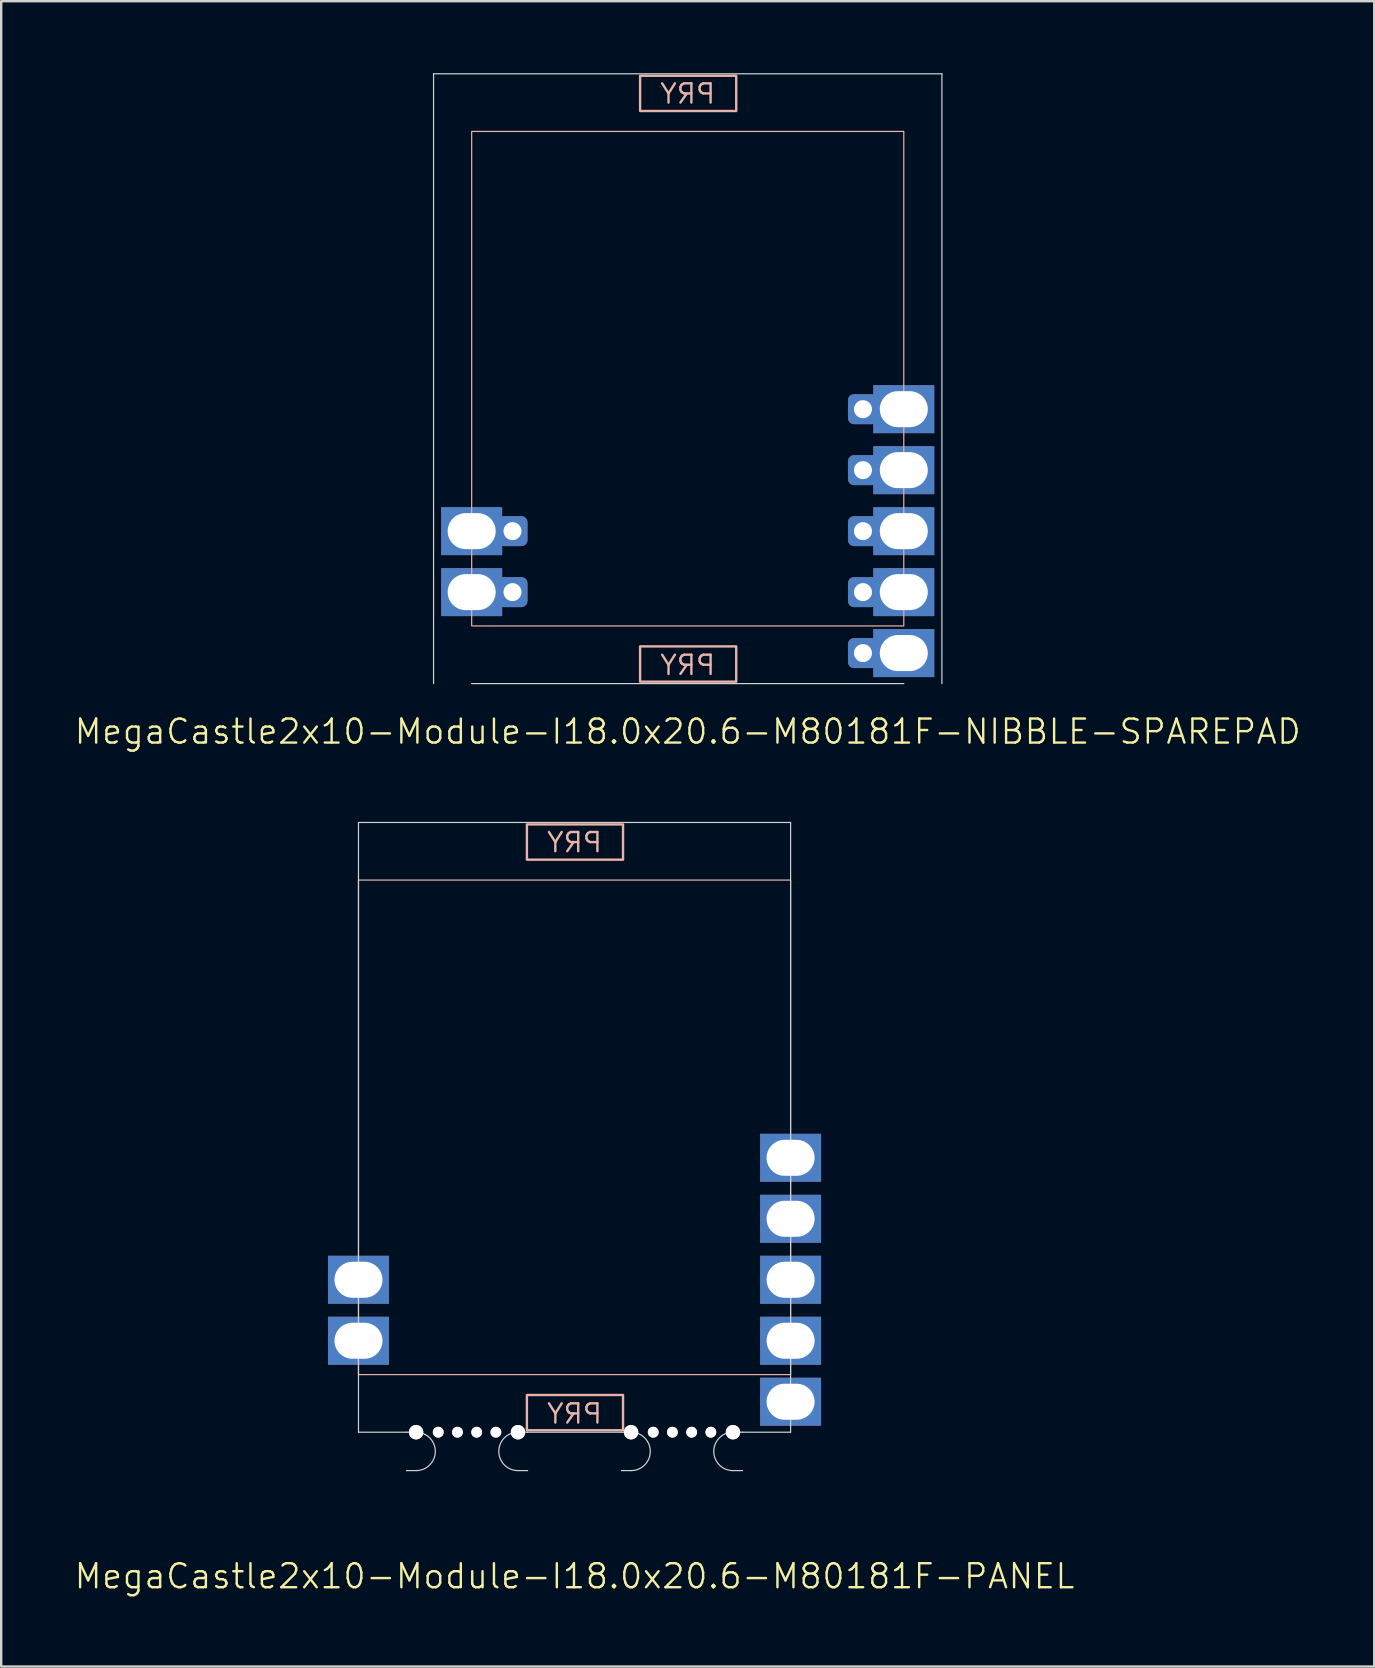
<source format=kicad_pcb>
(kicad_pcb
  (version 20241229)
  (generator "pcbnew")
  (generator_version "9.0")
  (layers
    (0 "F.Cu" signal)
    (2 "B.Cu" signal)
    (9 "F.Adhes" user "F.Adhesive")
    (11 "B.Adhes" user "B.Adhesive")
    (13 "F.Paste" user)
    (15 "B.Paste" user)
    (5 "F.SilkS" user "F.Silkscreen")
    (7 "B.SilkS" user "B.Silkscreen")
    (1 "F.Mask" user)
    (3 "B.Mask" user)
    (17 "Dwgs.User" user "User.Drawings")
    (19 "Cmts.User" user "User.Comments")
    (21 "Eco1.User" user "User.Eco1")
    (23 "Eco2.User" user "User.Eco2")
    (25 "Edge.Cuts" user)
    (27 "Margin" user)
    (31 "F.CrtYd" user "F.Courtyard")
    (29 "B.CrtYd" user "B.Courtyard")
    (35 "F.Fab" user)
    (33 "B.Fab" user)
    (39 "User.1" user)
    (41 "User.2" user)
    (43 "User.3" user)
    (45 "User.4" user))
  (footprint "MegaCastle2x10-Module-I18.0x20.6-M80181F-PANEL"
    (layer "F.Cu")
    (at 20.883 43.91)
    (property "Reference" "MegaCastle2x10-Module-I18.0x20.6-M80181F-PANEL" (at 0 18.7 0) (unlocked yes) (layer "F.SilkS") (effects (font (size 1 1) (thickness 0.1))))
    (attr smd)
    (fp_rect (start -9 10.3) (end 9 -10.3) (stroke (width 0.05) (type default)) (fill no) (layer "B.SilkS"))
    (fp_rect (start -1.984 -11.151) (end 2.02 -12.62) (stroke (width 0.1) (type default)) (fill no) (layer "B.SilkS"))
    (fp_rect (start -1.984 11.151) (end 2.02 12.62) (stroke (width 0.1) (type default)) (fill no) (layer "B.SilkS"))
    (fp_line (start -9 -12.7) (end -9 12.7) (stroke (width 0.05) (type default)) (layer "Edge.Cuts"))
    (fp_line (start -9 -12.7) (end 9 -12.7) (stroke (width 0.05) (type default)) (layer "Edge.Cuts"))
    (fp_line (start -9 12.7) (end -7 12.7) (stroke (width 0.05) (type default)) (layer "Edge.Cuts"))
    (fp_line (start -7 12.7) (end -6.6 12.7) (stroke (width 0.05) (type default)) (layer "Edge.Cuts"))
    (fp_line (start -7 14.3) (end -6.6 14.3) (stroke (width 0.05) (type default)) (layer "Edge.Cuts"))
    (fp_line (start -1.955 12.7) (end -2.355 12.7) (stroke (width 0.05) (type default)) (layer "Edge.Cuts"))
    (fp_line (start -1.955 12.7) (end 1.955 12.7) (stroke (width 0.05) (type default)) (layer "Edge.Cuts"))
    (fp_line (start -1.955 14.3) (end -2.355 14.3) (stroke (width 0.05) (type default)) (layer "Edge.Cuts"))
    (fp_line (start 1.955 12.7) (end 2.355 12.7) (stroke (width 0.05) (type default)) (layer "Edge.Cuts"))
    (fp_line (start 1.955 14.3) (end 2.355 14.3) (stroke (width 0.05) (type default)) (layer "Edge.Cuts"))
    (fp_line (start 7 12.7) (end 6.6 12.7) (stroke (width 0.05) (type default)) (layer "Edge.Cuts"))
    (fp_line (start 7 12.7) (end 9 12.7) (stroke (width 0.05) (type default)) (layer "Edge.Cuts"))
    (fp_line (start 7 14.3) (end 6.6 14.3) (stroke (width 0.05) (type default)) (layer "Edge.Cuts"))
    (fp_line (start 9 -12.7) (end 9 12.7) (stroke (width 0.05) (type default)) (layer "Edge.Cuts"))
    (fp_arc (start -6.6 12.7) (mid -5.8 13.5) (end -6.6 14.3) (stroke (width 0.05) (type default)) (layer "Edge.Cuts"))
    (fp_arc (start -2.355 14.3) (mid -3.155 13.5) (end -2.355 12.7) (stroke (width 0.05) (type default)) (layer "Edge.Cuts"))
    (fp_arc (start 2.355 12.7) (mid 3.155 13.5) (end 2.355 14.3) (stroke (width 0.05) (type default)) (layer "Edge.Cuts"))
    (fp_arc (start 6.6 14.3) (mid 5.8 13.5) (end 6.6 12.7) (stroke (width 0.05) (type default)) (layer "Edge.Cuts"))
    (fp_text user "PRY" (at 0 12.4 0) (unlocked yes) (layer "B.SilkS") (effects (font (size 0.8 0.8) (thickness 0.1)) (justify bottom mirror)))
    (fp_text user "PRY" (at 0 -11.4 0) (unlocked yes) (layer "B.SilkS") (effects (font (size 0.8 0.8) (thickness 0.1)) (justify bottom mirror)))
    (pad "" np_thru_hole circle (at -6.6 12.7) (size 0.6 0.6) (drill 0.6) (layers "*.Cu" "Edge.Cuts"))
    (pad "" np_thru_hole circle (at -5.678 12.7) (size 0.45 0.45) (drill 0.45) (layers "*.Cu" "Edge.Cuts"))
    (pad "" np_thru_hole circle (at -4.878 12.7) (size 0.45 0.45) (drill 0.45) (layers "*.Cu" "Edge.Cuts"))
    (pad "" np_thru_hole circle (at -4.077 12.7) (size 0.45 0.45) (drill 0.45) (layers "*.Cu" "Edge.Cuts"))
    (pad "" np_thru_hole circle (at -3.277 12.7) (size 0.45 0.45) (drill 0.45) (layers "*.Cu" "Edge.Cuts"))
    (pad "" np_thru_hole circle (at -2.355 12.7) (size 0.6 0.6) (drill 0.6) (layers "*.Cu" "Edge.Cuts"))
    (pad "" np_thru_hole circle (at 2.355 12.7) (size 0.6 0.6) (drill 0.6) (layers "*.Cu" "Edge.Cuts"))
    (pad "" np_thru_hole circle (at 3.277 12.7) (size 0.45 0.45) (drill 0.45) (layers "*.Cu" "Edge.Cuts"))
    (pad "" np_thru_hole circle (at 4.077 12.7) (size 0.45 0.45) (drill 0.45) (layers "*.Cu" "Edge.Cuts"))
    (pad "" np_thru_hole circle (at 4.878 12.7) (size 0.45 0.45) (drill 0.45) (layers "*.Cu" "Edge.Cuts"))
    (pad "" np_thru_hole circle (at 5.678 12.7) (size 0.45 0.45) (drill 0.45) (layers "*.Cu" "Edge.Cuts"))
    (pad "" np_thru_hole circle (at 6.6 12.7) (size 0.6 0.6) (drill 0.6) (layers "*.Cu" "Edge.Cuts"))
    (pad "8" thru_hole rect (at -9 6.35) (size 2.54 2) (drill oval 2 1.5) (property pad_prop_castellated) (layers "*.Cu" "*.Mask"))
    (pad "9" thru_hole rect (at -9 8.89) (size 2.54 2) (drill oval 2 1.5) (property pad_prop_castellated) (layers "*.Cu" "*.Mask"))
    (pad "16" thru_hole rect (at 9 1.27) (size 2.54 2) (drill oval 2 1.5) (property pad_prop_castellated) (layers "*.Cu" "*.Mask"))
    (pad "17" thru_hole rect (at 9 3.81) (size 2.54 2) (drill oval 2 1.5) (property pad_prop_castellated) (layers "*.Cu" "*.Mask"))
    (pad "18" thru_hole rect (at 9 6.35) (size 2.54 2) (drill oval 2 1.5) (property pad_prop_castellated) (layers "*.Cu" "*.Mask"))
    (pad "19" thru_hole rect (at 9 8.89) (size 2.54 2) (drill oval 2 1.5) (property pad_prop_castellated) (layers "*.Cu" "*.Mask"))
    (pad "20" thru_hole rect (at 9 11.43) (size 2.54 2) (drill oval 2 1.5) (property pad_prop_castellated) (layers "*.Cu" "*.Mask"))
    (zone (net_name "") (layer "B.Cu") (hatch edge 0.5) (connect_pads) (min_thickness 0.25) (filled_areas_thickness no) (keepout (tracks allowed) (vias allowed) (pads allowed) (copperpour allowed) (footprints not_allowed)) (placement (enabled no)) (fill) (polygon (pts (xy 11.883 56.611) (xy 11.883 31.21))))
    (zone (net_name "") (layer "B.Cu") (hatch edge 0.5) (connect_pads) (min_thickness 0.25) (filled_areas_thickness no) (keepout (tracks allowed) (vias allowed) (pads allowed) (copperpour allowed) (footprints not_allowed)) (placement (enabled no)) (fill) (polygon (pts (xy 29.883 56.611) (xy 29.883 31.21))))
    (zone (net_name "") (layer "B.Cu") (hatch edge 0.5) (connect_pads) (min_thickness 0.25) (filled_areas_thickness no) (keepout (tracks allowed) (vias allowed) (pads allowed) (copperpour allowed) (footprints not_allowed)) (placement (enabled no)) (fill) (polygon (pts (xy 11.883 31.21) (xy 11.883 33.611) (xy 29.883 33.611) (xy 29.883 31.21))))
    (zone (net_name "") (layer "B.Cu") (hatch edge 0.5) (connect_pads) (min_thickness 0.25) (filled_areas_thickness no) (keepout (tracks allowed) (vias allowed) (pads allowed) (copperpour allowed) (footprints not_allowed)) (placement (enabled no)) (fill) (polygon (pts (xy 11.883 56.611) (xy 11.883 54.211) (xy 29.883 54.211) (xy 29.883 56.611))))
    (zone (net_name "") (layer "B.Cu") (name "Upper Pry Zone") (hatch edge 0.5) (connect_pads) (min_thickness 0.25) (filled_areas_thickness no) (keepout (tracks not_allowed) (vias not_allowed) (pads not_allowed) (copperpour allowed) (footprints not_allowed)) (placement (enabled no)) (fill) (polygon (pts (xy 18.899 32.759) (xy 18.899 31.291) (xy 22.903 31.291) (xy 22.903 32.759))))
    (zone (net_name "") (layer "B.Cu") (name "Upper Pry Zone") (hatch edge 0.5) (connect_pads) (min_thickness 0.25) (filled_areas_thickness no) (keepout (tracks not_allowed) (vias not_allowed) (pads not_allowed) (copperpour allowed) (footprints not_allowed)) (placement (enabled no)) (fill) (polygon (pts (xy 18.899 55.062) (xy 18.899 56.531) (xy 22.903 56.531) (xy 22.903 55.062)))))
  (footprint "MegaCastle2x10-Module-I18.0x20.6-M80181F-NIBBLE-SPAREPAD"
    (layer "F.Cu")
    (at 25.598 12.725)
    (property "Reference" "MegaCastle2x10-Module-I18.0x20.6-M80181F-NIBBLE-SPAREPAD" (at 0 14.7 0) (unlocked yes) (layer "F.SilkS") (effects (font (size 1 1) (thickness 0.1))))
    (attr smd)
    (fp_rect (start -9 10.3) (end 9 -10.3) (stroke (width 0.05) (type default)) (fill no) (layer "B.SilkS"))
    (fp_rect (start -1.984 -11.151) (end 2.02 -12.62) (stroke (width 0.1) (type default)) (fill no) (layer "B.SilkS"))
    (fp_rect (start -1.984 11.151) (end 2.02 12.62) (stroke (width 0.1) (type default)) (fill no) (layer "B.SilkS"))
    (fp_line (start -10.588 -12.7) (end -10.588 12.7) (stroke (width 0.05) (type default)) (layer "Edge.Cuts"))
    (fp_line (start -10.588 -12.7) (end 10.588 -12.7) (stroke (width 0.05) (type default)) (layer "Edge.Cuts"))
    (fp_line (start -9 12.7) (end 9 12.7) (stroke (width 0.05) (type default)) (layer "Edge.Cuts"))
    (fp_line (start 10.588 -12.7) (end 10.588 12.7) (stroke (width 0.05) (type default)) (layer "Edge.Cuts"))
    (fp_text user "PRY" (at 0 12.4 0) (unlocked yes) (layer "B.SilkS") (effects (font (size 0.8 0.8) (thickness 0.1)) (justify bottom mirror)))
    (fp_text user "PRY" (at 0 -11.4 0) (unlocked yes) (layer "B.SilkS") (effects (font (size 0.8 0.8) (thickness 0.1)) (justify bottom mirror)))
    (pad "8" thru_hole rect (at -9 6.35) (size 2.54 2) (drill oval 2 1.5) (property pad_prop_castellated) (layers "*.Cu" "*.Mask"))
    (pad "8" thru_hole roundrect (at -7.3 6.35 180) (size 1.25 1.25) (drill 0.75) (layers "*.Cu" "*.Mask") (roundrect_rratio 0.2))
    (pad "9" thru_hole rect (at -9 8.89) (size 2.54 2) (drill oval 2 1.5) (property pad_prop_castellated) (layers "*.Cu" "*.Mask"))
    (pad "9" thru_hole roundrect (at -7.3 8.89 180) (size 1.25 1.25) (drill 0.75) (layers "*.Cu" "*.Mask") (roundrect_rratio 0.2))
    (pad "16" thru_hole roundrect (at 7.3 1.27 180) (size 1.25 1.25) (drill 0.75) (layers "*.Cu" "*.Mask") (roundrect_rratio 0.2))
    (pad "16" thru_hole rect (at 9 1.27) (size 2.54 2) (drill oval 2 1.5) (property pad_prop_castellated) (layers "*.Cu" "*.Mask"))
    (pad "17" thru_hole roundrect (at 7.3 3.81 180) (size 1.25 1.25) (drill 0.75) (layers "*.Cu" "*.Mask") (roundrect_rratio 0.2))
    (pad "17" thru_hole rect (at 9 3.81) (size 2.54 2) (drill oval 2 1.5) (property pad_prop_castellated) (layers "*.Cu" "*.Mask"))
    (pad "18" thru_hole roundrect (at 7.3 6.35 180) (size 1.25 1.25) (drill 0.75) (layers "*.Cu" "*.Mask") (roundrect_rratio 0.2))
    (pad "18" thru_hole rect (at 9 6.35) (size 2.54 2) (drill oval 2 1.5) (property pad_prop_castellated) (layers "*.Cu" "*.Mask"))
    (pad "19" thru_hole roundrect (at 7.3 8.89 180) (size 1.25 1.25) (drill 0.75) (layers "*.Cu" "*.Mask") (roundrect_rratio 0.2))
    (pad "19" thru_hole rect (at 9 8.89) (size 2.54 2) (drill oval 2 1.5) (property pad_prop_castellated) (layers "*.Cu" "*.Mask"))
    (pad "20" thru_hole roundrect (at 7.3 11.43 180) (size 1.25 1.25) (drill 0.75) (layers "*.Cu" "*.Mask") (roundrect_rratio 0.2))
    (pad "20" thru_hole rect (at 9 11.43) (size 2.54 2) (drill oval 2 1.5) (property pad_prop_castellated) (layers "*.Cu" "*.Mask"))
    (zone (net_name "") (layer "B.Cu") (hatch edge 0.5) (connect_pads) (min_thickness 0.25) (filled_areas_thickness no) (keepout (tracks allowed) (vias allowed) (pads allowed) (copperpour allowed) (footprints not_allowed)) (placement (enabled no)) (fill) (polygon (pts (xy 16.598 25.425) (xy 16.598 0.025))))
    (zone (net_name "") (layer "B.Cu") (hatch edge 0.5) (connect_pads) (min_thickness 0.25) (filled_areas_thickness no) (keepout (tracks allowed) (vias allowed) (pads allowed) (copperpour allowed) (footprints not_allowed)) (placement (enabled no)) (fill) (polygon (pts (xy 34.598 25.425) (xy 34.598 0.025))))
    (zone (net_name "") (layer "B.Cu") (hatch edge 0.5) (connect_pads) (min_thickness 0.25) (filled_areas_thickness no) (keepout (tracks allowed) (vias allowed) (pads allowed) (copperpour allowed) (footprints not_allowed)) (placement (enabled no)) (fill) (polygon (pts (xy 16.598 0.025) (xy 16.598 2.425) (xy 34.598 2.425) (xy 34.598 0.025))))
    (zone (net_name "") (layer "B.Cu") (hatch edge 0.5) (connect_pads) (min_thickness 0.25) (filled_areas_thickness no) (keepout (tracks allowed) (vias allowed) (pads allowed) (copperpour allowed) (footprints not_allowed)) (placement (enabled no)) (fill) (polygon (pts (xy 16.598 25.425) (xy 16.598 23.025) (xy 34.598 23.025) (xy 34.598 25.425))))
    (zone (net_name "") (layer "B.Cu") (name "Upper Pry Zone") (hatch edge 0.5) (connect_pads) (min_thickness 0.25) (filled_areas_thickness no) (keepout (tracks not_allowed) (vias not_allowed) (pads not_allowed) (copperpour allowed) (footprints not_allowed)) (placement (enabled no)) (fill) (polygon (pts (xy 23.613 1.574) (xy 23.613 0.105) (xy 27.617 0.105) (xy 27.617 1.574))))
    (zone (net_name "") (layer "B.Cu") (name "Upper Pry Zone") (hatch edge 0.5) (connect_pads) (min_thickness 0.25) (filled_areas_thickness no) (keepout (tracks not_allowed) (vias not_allowed) (pads not_allowed) (copperpour allowed) (footprints not_allowed)) (placement (enabled no)) (fill) (polygon (pts (xy 23.613 23.876) (xy 23.613 25.345) (xy 27.617 25.345) (xy 27.617 23.876)))))
  (gr_rect
    (start -3 -3)
    (end 54.195 66.371)
    (stroke (width 0.1) (type default))
    (fill no)
    (layer "Edge.Cuts")))
</source>
